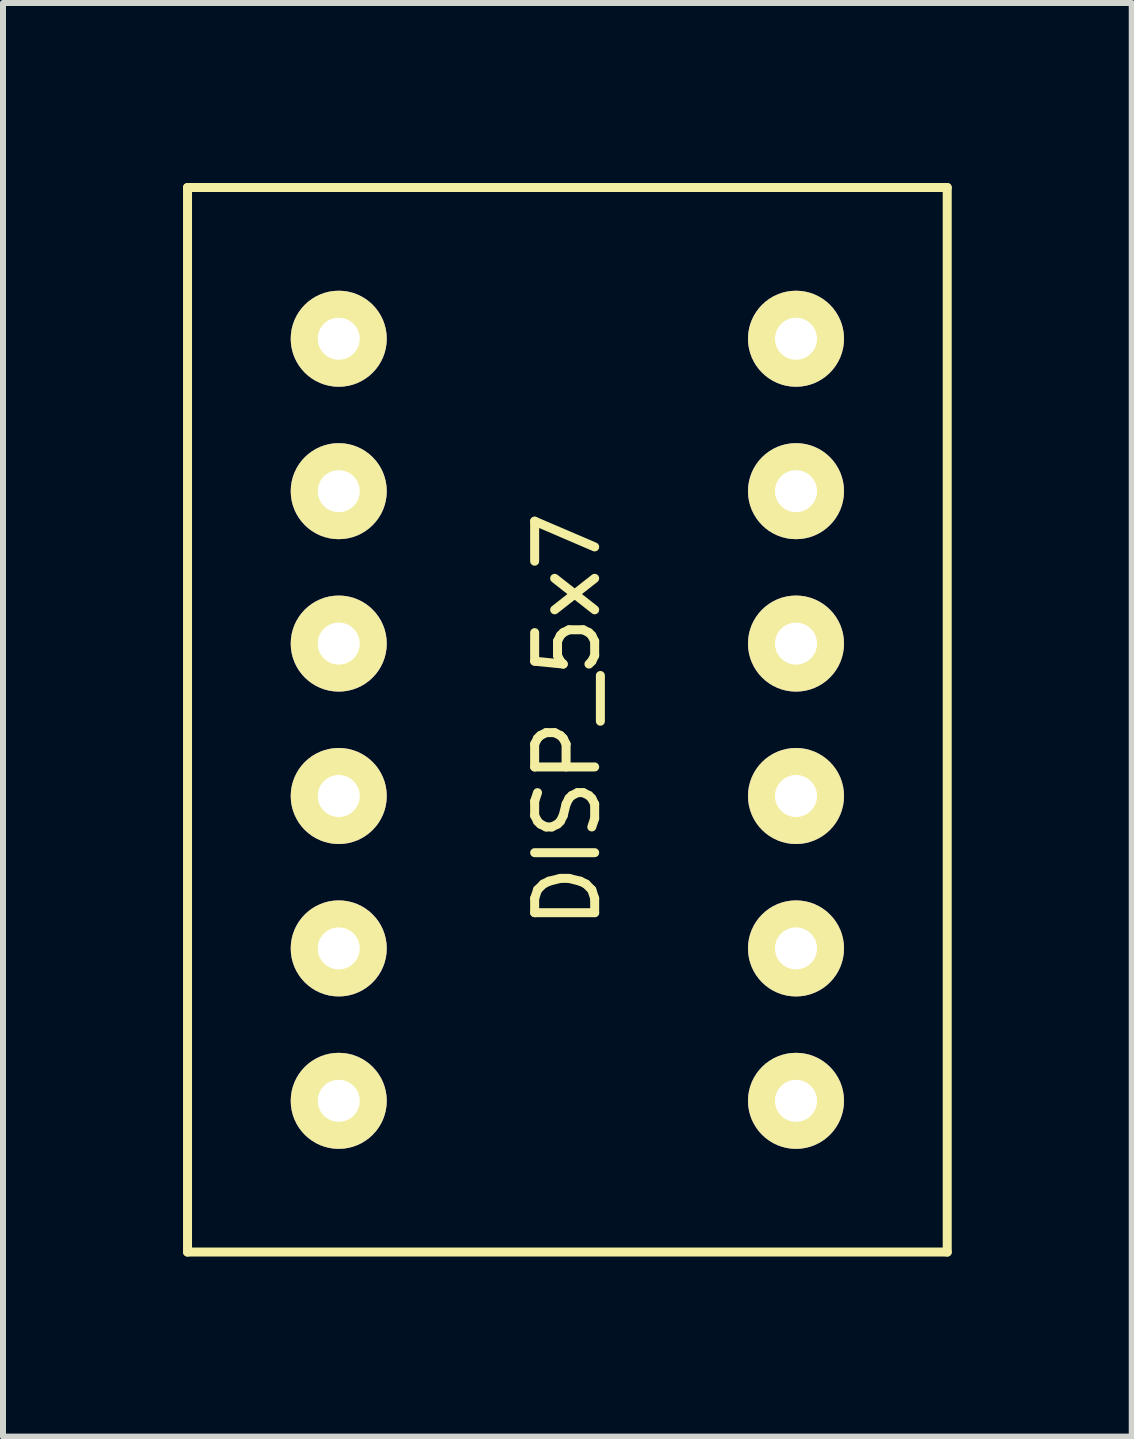
<source format=kicad_pcb>
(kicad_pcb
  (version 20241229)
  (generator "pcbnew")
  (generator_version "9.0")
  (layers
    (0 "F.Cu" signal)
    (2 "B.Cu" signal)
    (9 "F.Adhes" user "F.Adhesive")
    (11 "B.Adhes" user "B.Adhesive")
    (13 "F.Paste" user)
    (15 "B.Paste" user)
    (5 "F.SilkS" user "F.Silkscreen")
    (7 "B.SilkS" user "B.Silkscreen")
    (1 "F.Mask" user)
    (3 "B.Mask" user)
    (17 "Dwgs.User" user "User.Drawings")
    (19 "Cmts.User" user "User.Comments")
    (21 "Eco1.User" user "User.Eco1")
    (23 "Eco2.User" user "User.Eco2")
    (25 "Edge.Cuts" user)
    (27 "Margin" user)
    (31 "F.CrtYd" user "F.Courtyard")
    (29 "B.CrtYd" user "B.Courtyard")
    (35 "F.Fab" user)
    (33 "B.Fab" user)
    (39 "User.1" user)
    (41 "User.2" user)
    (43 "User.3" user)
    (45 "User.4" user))
  (footprint "DISP_5x7"
    (layer "F.Cu")
    (at 6.405 8.945)
    (property "Reference" "DISP_5x7" (at 0 0 90) (layer "F.SilkS") (effects (font (size 1 1) (thickness 0.15))))
    (attr through_hole)
    (fp_line (start -6.33 -8.87) (end -6.33 8.87) (stroke (width 0.15) (type solid)) (layer "F.SilkS"))
    (fp_line (start -6.33 8.87) (end 6.33 8.87) (stroke (width 0.15) (type solid)) (layer "F.SilkS"))
    (fp_line (start 6.33 -8.87) (end -6.33 -8.87) (stroke (width 0.15) (type solid)) (layer "F.SilkS"))
    (fp_line (start 6.33 8.87) (end 6.33 -8.87) (stroke (width 0.15) (type solid)) (layer "F.SilkS"))
    (pad "1" thru_hole circle (at -3.81 -6.35) (size 1.6 1.6) (drill 0.7) (layers "*.Cu" "*.Mask" "F.SilkS"))
    (pad "2" thru_hole circle (at -3.81 -3.81) (size 1.6 1.6) (drill 0.7) (layers "*.Cu" "*.Mask" "F.SilkS"))
    (pad "3" thru_hole circle (at -3.81 -1.27) (size 1.6 1.6) (drill 0.7) (layers "*.Cu" "*.Mask" "F.SilkS"))
    (pad "4" thru_hole circle (at -3.81 1.27) (size 1.6 1.6) (drill 0.7) (layers "*.Cu" "*.Mask" "F.SilkS"))
    (pad "5" thru_hole circle (at -3.81 3.81) (size 1.6 1.6) (drill 0.7) (layers "*.Cu" "*.Mask" "F.SilkS"))
    (pad "6" thru_hole circle (at -3.81 6.35) (size 1.6 1.6) (drill 0.7) (layers "*.Cu" "*.Mask" "F.SilkS"))
    (pad "7" thru_hole circle (at 3.81 6.35) (size 1.6 1.6) (drill 0.7) (layers "*.Cu" "*.Mask" "F.SilkS"))
    (pad "8" thru_hole circle (at 3.81 3.81) (size 1.6 1.6) (drill 0.7) (layers "*.Cu" "*.Mask" "F.SilkS"))
    (pad "9" thru_hole circle (at 3.81 1.27) (size 1.6 1.6) (drill 0.7) (layers "*.Cu" "*.Mask" "F.SilkS"))
    (pad "10" thru_hole circle (at 3.81 -1.27) (size 1.6 1.6) (drill 0.7) (layers "*.Cu" "*.Mask" "F.SilkS"))
    (pad "11" thru_hole circle (at 3.81 -3.81) (size 1.6 1.6) (drill 0.7) (layers "*.Cu" "*.Mask" "F.SilkS"))
    (pad "12" thru_hole circle (at 3.81 -6.35) (size 1.6 1.6) (drill 0.7) (layers "*.Cu" "*.Mask" "F.SilkS")))
  (gr_rect
    (start -3 -3)
    (end 15.81 20.89)
    (stroke (width 0.1) (type default))
    (fill no)
    (layer "Edge.Cuts")))
</source>
